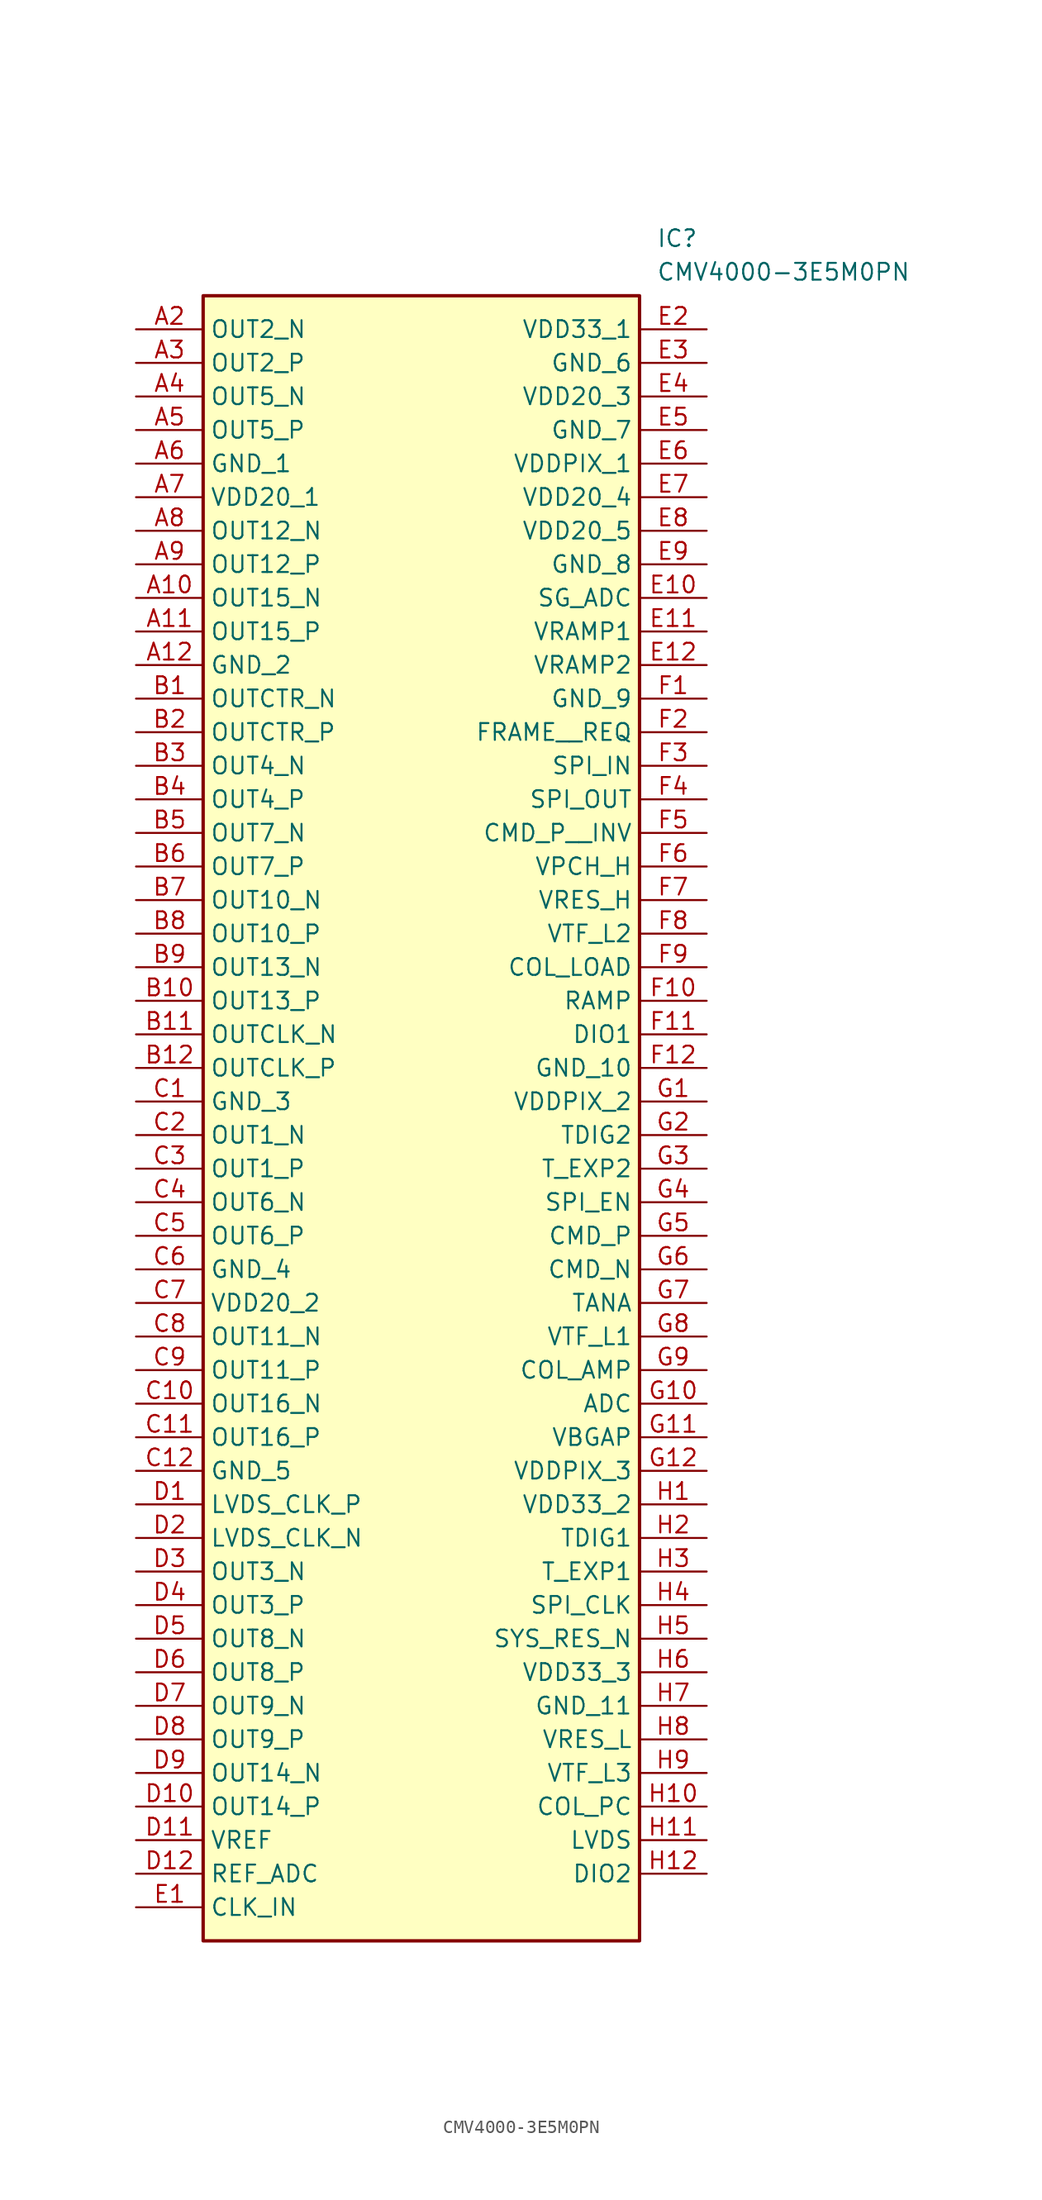
<source format=kicad_sym>
(kicad_symbol_lib
  (version 20231120)
  (generator "kicad_symbol_editor")
  (generator_version "8.0")
  (symbol "CMV4000-3E5M0PN"
    (property "Reference" "IC"
      (at 39.37 7.62 0)
      (effects (font (size 1.27 1.27)) (justify left top)))
    (property "Value" "CMV4000-3E5M0PN"
      (at 39.37 5.08 0)
      (effects (font (size 1.27 1.27)) (justify left top)))
    (symbol "CMV4000-3E5M0PN_1_1"
      (rectangle (start 5.08 2.54) (end 38.1 -121.92) (stroke (width 0.254) (type default)) (fill (type background)))
      (pin passive line (at 0 -20.32 0) (length 5.08) (name "OUT15_N" (effects (font (size 1.27 1.27)))) (number "A10" (effects (font (size 1.27 1.27)))))
      (pin passive line (at 0 -22.86 0) (length 5.08) (name "OUT15_P" (effects (font (size 1.27 1.27)))) (number "A11" (effects (font (size 1.27 1.27)))))
      (pin passive line (at 0 -25.4 0) (length 5.08) (name "GND_2" (effects (font (size 1.27 1.27)))) (number "A12" (effects (font (size 1.27 1.27)))))
      (pin passive line (at 0 0 0) (length 5.08) (name "OUT2_N" (effects (font (size 1.27 1.27)))) (number "A2" (effects (font (size 1.27 1.27)))))
      (pin passive line (at 0 -2.54 0) (length 5.08) (name "OUT2_P" (effects (font (size 1.27 1.27)))) (number "A3" (effects (font (size 1.27 1.27)))))
      (pin passive line (at 0 -5.08 0) (length 5.08) (name "OUT5_N" (effects (font (size 1.27 1.27)))) (number "A4" (effects (font (size 1.27 1.27)))))
      (pin passive line (at 0 -7.62 0) (length 5.08) (name "OUT5_P" (effects (font (size 1.27 1.27)))) (number "A5" (effects (font (size 1.27 1.27)))))
      (pin passive line (at 0 -10.16 0) (length 5.08) (name "GND_1" (effects (font (size 1.27 1.27)))) (number "A6" (effects (font (size 1.27 1.27)))))
      (pin passive line (at 0 -12.7 0) (length 5.08) (name "VDD20_1" (effects (font (size 1.27 1.27)))) (number "A7" (effects (font (size 1.27 1.27)))))
      (pin passive line (at 0 -15.24 0) (length 5.08) (name "OUT12_N" (effects (font (size 1.27 1.27)))) (number "A8" (effects (font (size 1.27 1.27)))))
      (pin passive line (at 0 -17.78 0) (length 5.08) (name "OUT12_P" (effects (font (size 1.27 1.27)))) (number "A9" (effects (font (size 1.27 1.27)))))
      (pin passive line (at 0 -27.94 0) (length 5.08) (name "OUTCTR_N" (effects (font (size 1.27 1.27)))) (number "B1" (effects (font (size 1.27 1.27)))))
      (pin passive line (at 0 -50.8 0) (length 5.08) (name "OUT13_P" (effects (font (size 1.27 1.27)))) (number "B10" (effects (font (size 1.27 1.27)))))
      (pin passive line (at 0 -53.34 0) (length 5.08) (name "OUTCLK_N" (effects (font (size 1.27 1.27)))) (number "B11" (effects (font (size 1.27 1.27)))))
      (pin passive line (at 0 -55.88 0) (length 5.08) (name "OUTCLK_P" (effects (font (size 1.27 1.27)))) (number "B12" (effects (font (size 1.27 1.27)))))
      (pin passive line (at 0 -30.48 0) (length 5.08) (name "OUTCTR_P" (effects (font (size 1.27 1.27)))) (number "B2" (effects (font (size 1.27 1.27)))))
      (pin passive line (at 0 -33.02 0) (length 5.08) (name "OUT4_N" (effects (font (size 1.27 1.27)))) (number "B3" (effects (font (size 1.27 1.27)))))
      (pin passive line (at 0 -35.56 0) (length 5.08) (name "OUT4_P" (effects (font (size 1.27 1.27)))) (number "B4" (effects (font (size 1.27 1.27)))))
      (pin passive line (at 0 -38.1 0) (length 5.08) (name "OUT7_N" (effects (font (size 1.27 1.27)))) (number "B5" (effects (font (size 1.27 1.27)))))
      (pin passive line (at 0 -40.64 0) (length 5.08) (name "OUT7_P" (effects (font (size 1.27 1.27)))) (number "B6" (effects (font (size 1.27 1.27)))))
      (pin passive line (at 0 -43.18 0) (length 5.08) (name "OUT10_N" (effects (font (size 1.27 1.27)))) (number "B7" (effects (font (size 1.27 1.27)))))
      (pin passive line (at 0 -45.72 0) (length 5.08) (name "OUT10_P" (effects (font (size 1.27 1.27)))) (number "B8" (effects (font (size 1.27 1.27)))))
      (pin passive line (at 0 -48.26 0) (length 5.08) (name "OUT13_N" (effects (font (size 1.27 1.27)))) (number "B9" (effects (font (size 1.27 1.27)))))
      (pin passive line (at 0 -58.42 0) (length 5.08) (name "GND_3" (effects (font (size 1.27 1.27)))) (number "C1" (effects (font (size 1.27 1.27)))))
      (pin passive line (at 0 -81.28 0) (length 5.08) (name "OUT16_N" (effects (font (size 1.27 1.27)))) (number "C10" (effects (font (size 1.27 1.27)))))
      (pin passive line (at 0 -83.82 0) (length 5.08) (name "OUT16_P" (effects (font (size 1.27 1.27)))) (number "C11" (effects (font (size 1.27 1.27)))))
      (pin passive line (at 0 -86.36 0) (length 5.08) (name "GND_5" (effects (font (size 1.27 1.27)))) (number "C12" (effects (font (size 1.27 1.27)))))
      (pin passive line (at 0 -60.96 0) (length 5.08) (name "OUT1_N" (effects (font (size 1.27 1.27)))) (number "C2" (effects (font (size 1.27 1.27)))))
      (pin passive line (at 0 -63.5 0) (length 5.08) (name "OUT1_P" (effects (font (size 1.27 1.27)))) (number "C3" (effects (font (size 1.27 1.27)))))
      (pin passive line (at 0 -66.04 0) (length 5.08) (name "OUT6_N" (effects (font (size 1.27 1.27)))) (number "C4" (effects (font (size 1.27 1.27)))))
      (pin passive line (at 0 -68.58 0) (length 5.08) (name "OUT6_P" (effects (font (size 1.27 1.27)))) (number "C5" (effects (font (size 1.27 1.27)))))
      (pin passive line (at 0 -71.12 0) (length 5.08) (name "GND_4" (effects (font (size 1.27 1.27)))) (number "C6" (effects (font (size 1.27 1.27)))))
      (pin passive line (at 0 -73.66 0) (length 5.08) (name "VDD20_2" (effects (font (size 1.27 1.27)))) (number "C7" (effects (font (size 1.27 1.27)))))
      (pin passive line (at 0 -76.2 0) (length 5.08) (name "OUT11_N" (effects (font (size 1.27 1.27)))) (number "C8" (effects (font (size 1.27 1.27)))))
      (pin passive line (at 0 -78.74 0) (length 5.08) (name "OUT11_P" (effects (font (size 1.27 1.27)))) (number "C9" (effects (font (size 1.27 1.27)))))
      (pin passive line (at 0 -88.9 0) (length 5.08) (name "LVDS_CLK_P" (effects (font (size 1.27 1.27)))) (number "D1" (effects (font (size 1.27 1.27)))))
      (pin passive line (at 0 -111.76 0) (length 5.08) (name "OUT14_P" (effects (font (size 1.27 1.27)))) (number "D10" (effects (font (size 1.27 1.27)))))
      (pin passive line (at 0 -114.3 0) (length 5.08) (name "VREF" (effects (font (size 1.27 1.27)))) (number "D11" (effects (font (size 1.27 1.27)))))
      (pin passive line (at 0 -116.84 0) (length 5.08) (name "REF_ADC" (effects (font (size 1.27 1.27)))) (number "D12" (effects (font (size 1.27 1.27)))))
      (pin passive line (at 0 -91.44 0) (length 5.08) (name "LVDS_CLK_N" (effects (font (size 1.27 1.27)))) (number "D2" (effects (font (size 1.27 1.27)))))
      (pin passive line (at 0 -93.98 0) (length 5.08) (name "OUT3_N" (effects (font (size 1.27 1.27)))) (number "D3" (effects (font (size 1.27 1.27)))))
      (pin passive line (at 0 -96.52 0) (length 5.08) (name "OUT3_P" (effects (font (size 1.27 1.27)))) (number "D4" (effects (font (size 1.27 1.27)))))
      (pin passive line (at 0 -99.06 0) (length 5.08) (name "OUT8_N" (effects (font (size 1.27 1.27)))) (number "D5" (effects (font (size 1.27 1.27)))))
      (pin passive line (at 0 -101.6 0) (length 5.08) (name "OUT8_P" (effects (font (size 1.27 1.27)))) (number "D6" (effects (font (size 1.27 1.27)))))
      (pin passive line (at 0 -104.14 0) (length 5.08) (name "OUT9_N" (effects (font (size 1.27 1.27)))) (number "D7" (effects (font (size 1.27 1.27)))))
      (pin passive line (at 0 -106.68 0) (length 5.08) (name "OUT9_P" (effects (font (size 1.27 1.27)))) (number "D8" (effects (font (size 1.27 1.27)))))
      (pin passive line (at 0 -109.22 0) (length 5.08) (name "OUT14_N" (effects (font (size 1.27 1.27)))) (number "D9" (effects (font (size 1.27 1.27)))))
      (pin passive line (at 0 -119.38 0) (length 5.08) (name "CLK_IN" (effects (font (size 1.27 1.27)))) (number "E1" (effects (font (size 1.27 1.27)))))
      (pin passive line (at 43.18 -20.32 180) (length 5.08) (name "SG_ADC" (effects (font (size 1.27 1.27)))) (number "E10" (effects (font (size 1.27 1.27)))))
      (pin passive line (at 43.18 -22.86 180) (length 5.08) (name "VRAMP1" (effects (font (size 1.27 1.27)))) (number "E11" (effects (font (size 1.27 1.27)))))
      (pin passive line (at 43.18 -25.4 180) (length 5.08) (name "VRAMP2" (effects (font (size 1.27 1.27)))) (number "E12" (effects (font (size 1.27 1.27)))))
      (pin passive line (at 43.18 0 180) (length 5.08) (name "VDD33_1" (effects (font (size 1.27 1.27)))) (number "E2" (effects (font (size 1.27 1.27)))))
      (pin passive line (at 43.18 -2.54 180) (length 5.08) (name "GND_6" (effects (font (size 1.27 1.27)))) (number "E3" (effects (font (size 1.27 1.27)))))
      (pin passive line (at 43.18 -5.08 180) (length 5.08) (name "VDD20_3" (effects (font (size 1.27 1.27)))) (number "E4" (effects (font (size 1.27 1.27)))))
      (pin passive line (at 43.18 -7.62 180) (length 5.08) (name "GND_7" (effects (font (size 1.27 1.27)))) (number "E5" (effects (font (size 1.27 1.27)))))
      (pin passive line (at 43.18 -10.16 180) (length 5.08) (name "VDDPIX_1" (effects (font (size 1.27 1.27)))) (number "E6" (effects (font (size 1.27 1.27)))))
      (pin passive line (at 43.18 -12.7 180) (length 5.08) (name "VDD20_4" (effects (font (size 1.27 1.27)))) (number "E7" (effects (font (size 1.27 1.27)))))
      (pin passive line (at 43.18 -15.24 180) (length 5.08) (name "VDD20_5" (effects (font (size 1.27 1.27)))) (number "E8" (effects (font (size 1.27 1.27)))))
      (pin passive line (at 43.18 -17.78 180) (length 5.08) (name "GND_8" (effects (font (size 1.27 1.27)))) (number "E9" (effects (font (size 1.27 1.27)))))
      (pin passive line (at 43.18 -27.94 180) (length 5.08) (name "GND_9" (effects (font (size 1.27 1.27)))) (number "F1" (effects (font (size 1.27 1.27)))))
      (pin passive line (at 43.18 -50.8 180) (length 5.08) (name "RAMP" (effects (font (size 1.27 1.27)))) (number "F10" (effects (font (size 1.27 1.27)))))
      (pin passive line (at 43.18 -53.34 180) (length 5.08) (name "DIO1" (effects (font (size 1.27 1.27)))) (number "F11" (effects (font (size 1.27 1.27)))))
      (pin passive line (at 43.18 -55.88 180) (length 5.08) (name "GND_10" (effects (font (size 1.27 1.27)))) (number "F12" (effects (font (size 1.27 1.27)))))
      (pin passive line (at 43.18 -30.48 180) (length 5.08) (name "FRAME__REQ" (effects (font (size 1.27 1.27)))) (number "F2" (effects (font (size 1.27 1.27)))))
      (pin passive line (at 43.18 -33.02 180) (length 5.08) (name "SPI_IN" (effects (font (size 1.27 1.27)))) (number "F3" (effects (font (size 1.27 1.27)))))
      (pin passive line (at 43.18 -35.56 180) (length 5.08) (name "SPI_OUT" (effects (font (size 1.27 1.27)))) (number "F4" (effects (font (size 1.27 1.27)))))
      (pin passive line (at 43.18 -38.1 180) (length 5.08) (name "CMD_P__INV" (effects (font (size 1.27 1.27)))) (number "F5" (effects (font (size 1.27 1.27)))))
      (pin passive line (at 43.18 -40.64 180) (length 5.08) (name "VPCH_H" (effects (font (size 1.27 1.27)))) (number "F6" (effects (font (size 1.27 1.27)))))
      (pin passive line (at 43.18 -43.18 180) (length 5.08) (name "VRES_H" (effects (font (size 1.27 1.27)))) (number "F7" (effects (font (size 1.27 1.27)))))
      (pin passive line (at 43.18 -45.72 180) (length 5.08) (name "VTF_L2" (effects (font (size 1.27 1.27)))) (number "F8" (effects (font (size 1.27 1.27)))))
      (pin passive line (at 43.18 -48.26 180) (length 5.08) (name "COL_LOAD" (effects (font (size 1.27 1.27)))) (number "F9" (effects (font (size 1.27 1.27)))))
      (pin passive line (at 43.18 -58.42 180) (length 5.08) (name "VDDPIX_2" (effects (font (size 1.27 1.27)))) (number "G1" (effects (font (size 1.27 1.27)))))
      (pin passive line (at 43.18 -81.28 180) (length 5.08) (name "ADC" (effects (font (size 1.27 1.27)))) (number "G10" (effects (font (size 1.27 1.27)))))
      (pin passive line (at 43.18 -83.82 180) (length 5.08) (name "VBGAP" (effects (font (size 1.27 1.27)))) (number "G11" (effects (font (size 1.27 1.27)))))
      (pin passive line (at 43.18 -86.36 180) (length 5.08) (name "VDDPIX_3" (effects (font (size 1.27 1.27)))) (number "G12" (effects (font (size 1.27 1.27)))))
      (pin passive line (at 43.18 -60.96 180) (length 5.08) (name "TDIG2" (effects (font (size 1.27 1.27)))) (number "G2" (effects (font (size 1.27 1.27)))))
      (pin passive line (at 43.18 -63.5 180) (length 5.08) (name "T_EXP2" (effects (font (size 1.27 1.27)))) (number "G3" (effects (font (size 1.27 1.27)))))
      (pin passive line (at 43.18 -66.04 180) (length 5.08) (name "SPI_EN" (effects (font (size 1.27 1.27)))) (number "G4" (effects (font (size 1.27 1.27)))))
      (pin passive line (at 43.18 -68.58 180) (length 5.08) (name "CMD_P" (effects (font (size 1.27 1.27)))) (number "G5" (effects (font (size 1.27 1.27)))))
      (pin passive line (at 43.18 -71.12 180) (length 5.08) (name "CMD_N" (effects (font (size 1.27 1.27)))) (number "G6" (effects (font (size 1.27 1.27)))))
      (pin passive line (at 43.18 -73.66 180) (length 5.08) (name "TANA" (effects (font (size 1.27 1.27)))) (number "G7" (effects (font (size 1.27 1.27)))))
      (pin passive line (at 43.18 -76.2 180) (length 5.08) (name "VTF_L1" (effects (font (size 1.27 1.27)))) (number "G8" (effects (font (size 1.27 1.27)))))
      (pin passive line (at 43.18 -78.74 180) (length 5.08) (name "COL_AMP" (effects (font (size 1.27 1.27)))) (number "G9" (effects (font (size 1.27 1.27)))))
      (pin passive line (at 43.18 -88.9 180) (length 5.08) (name "VDD33_2" (effects (font (size 1.27 1.27)))) (number "H1" (effects (font (size 1.27 1.27)))))
      (pin passive line (at 43.18 -111.76 180) (length 5.08) (name "COL_PC" (effects (font (size 1.27 1.27)))) (number "H10" (effects (font (size 1.27 1.27)))))
      (pin passive line (at 43.18 -114.3 180) (length 5.08) (name "LVDS" (effects (font (size 1.27 1.27)))) (number "H11" (effects (font (size 1.27 1.27)))))
      (pin passive line (at 43.18 -116.84 180) (length 5.08) (name "DIO2" (effects (font (size 1.27 1.27)))) (number "H12" (effects (font (size 1.27 1.27)))))
      (pin passive line (at 43.18 -91.44 180) (length 5.08) (name "TDIG1" (effects (font (size 1.27 1.27)))) (number "H2" (effects (font (size 1.27 1.27)))))
      (pin passive line (at 43.18 -93.98 180) (length 5.08) (name "T_EXP1" (effects (font (size 1.27 1.27)))) (number "H3" (effects (font (size 1.27 1.27)))))
      (pin passive line (at 43.18 -96.52 180) (length 5.08) (name "SPI_CLK" (effects (font (size 1.27 1.27)))) (number "H4" (effects (font (size 1.27 1.27)))))
      (pin passive line (at 43.18 -99.06 180) (length 5.08) (name "SYS_RES_N" (effects (font (size 1.27 1.27)))) (number "H5" (effects (font (size 1.27 1.27)))))
      (pin passive line (at 43.18 -101.6 180) (length 5.08) (name "VDD33_3" (effects (font (size 1.27 1.27)))) (number "H6" (effects (font (size 1.27 1.27)))))
      (pin passive line (at 43.18 -104.14 180) (length 5.08) (name "GND_11" (effects (font (size 1.27 1.27)))) (number "H7" (effects (font (size 1.27 1.27)))))
      (pin passive line (at 43.18 -106.68 180) (length 5.08) (name "VRES_L" (effects (font (size 1.27 1.27)))) (number "H8" (effects (font (size 1.27 1.27)))))
      (pin passive line (at 43.18 -109.22 180) (length 5.08) (name "VTF_L3" (effects (font (size 1.27 1.27)))) (number "H9" (effects (font (size 1.27 1.27))))))))
</source>
